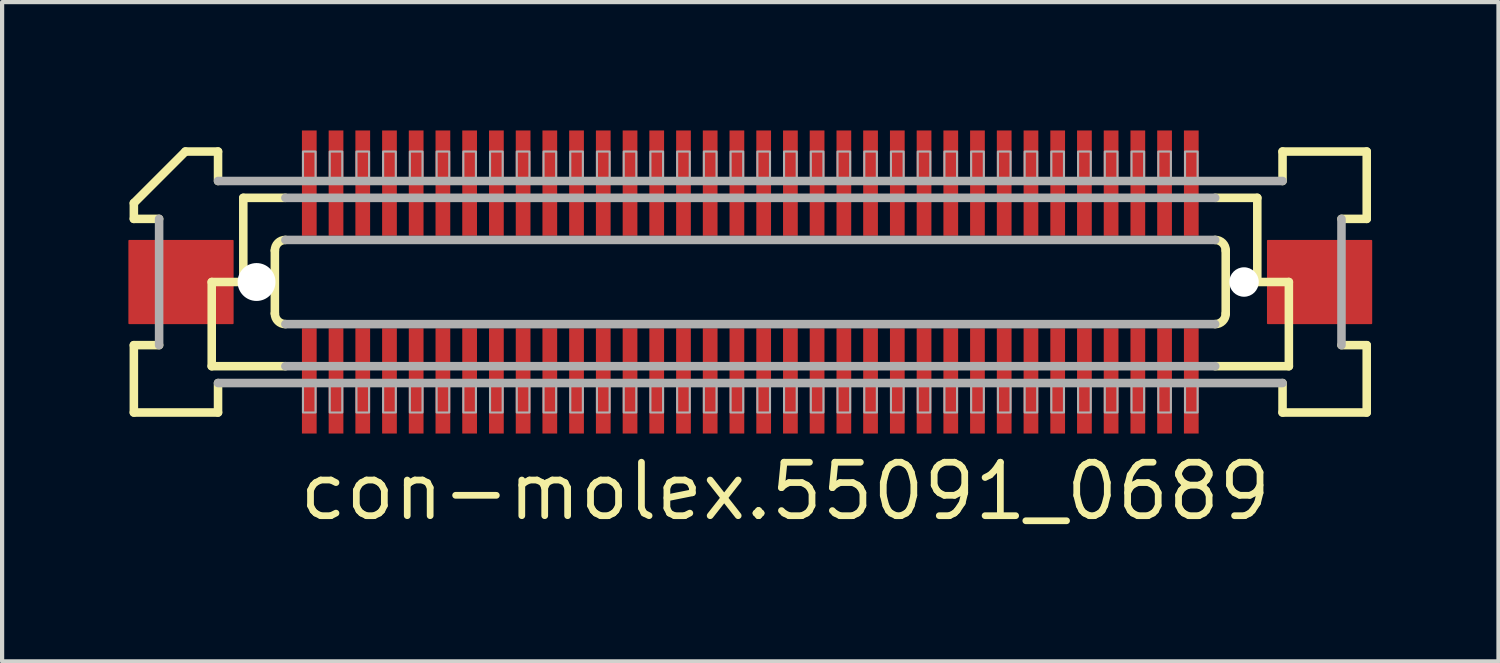
<source format=kicad_pcb>
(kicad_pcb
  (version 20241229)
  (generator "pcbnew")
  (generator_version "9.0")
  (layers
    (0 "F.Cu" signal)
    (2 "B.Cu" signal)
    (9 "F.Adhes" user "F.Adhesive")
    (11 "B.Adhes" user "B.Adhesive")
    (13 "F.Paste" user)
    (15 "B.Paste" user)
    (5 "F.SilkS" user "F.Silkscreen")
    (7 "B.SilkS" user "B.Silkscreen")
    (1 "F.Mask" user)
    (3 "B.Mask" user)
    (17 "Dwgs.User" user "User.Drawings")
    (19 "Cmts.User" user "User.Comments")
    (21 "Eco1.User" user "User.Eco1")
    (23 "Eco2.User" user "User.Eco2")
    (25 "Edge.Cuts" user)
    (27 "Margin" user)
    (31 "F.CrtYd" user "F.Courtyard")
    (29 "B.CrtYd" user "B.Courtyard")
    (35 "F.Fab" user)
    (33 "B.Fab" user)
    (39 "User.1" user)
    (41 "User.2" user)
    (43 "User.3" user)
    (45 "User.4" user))
  (footprint "con-molex.55091_0689"
    (layer "F.Cu")
    (at 14.775 3.65)
    (property "Reference" "con-molex.55091_0689" (at -10.795 5.715 0) (layer "F.SilkS") (effects (font (size 1.27 1.27) (thickness 0.16)) (justify left bottom)))
    (attr smd)
    (fp_rect (start -10.678 -1.075) (end -10.277 -3.625) (stroke (width 0.05) (type default)) (fill yes) (layer "F.Mask"))
    (fp_rect (start -10.678 3.625) (end -10.277 1.075) (stroke (width 0.05) (type default)) (fill yes) (layer "F.Mask"))
    (fp_rect (start -10.043 -1.075) (end -9.643 -3.625) (stroke (width 0.05) (type default)) (fill yes) (layer "F.Mask"))
    (fp_rect (start -10.043 3.625) (end -9.643 1.075) (stroke (width 0.05) (type default)) (fill yes) (layer "F.Mask"))
    (fp_rect (start -9.408 -1.075) (end -9.008 -3.625) (stroke (width 0.05) (type default)) (fill yes) (layer "F.Mask"))
    (fp_rect (start -9.408 3.625) (end -9.008 1.075) (stroke (width 0.05) (type default)) (fill yes) (layer "F.Mask"))
    (fp_rect (start -8.773 -1.075) (end -8.373 -3.625) (stroke (width 0.05) (type default)) (fill yes) (layer "F.Mask"))
    (fp_rect (start -8.773 3.625) (end -8.373 1.075) (stroke (width 0.05) (type default)) (fill yes) (layer "F.Mask"))
    (fp_rect (start -8.137 -1.075) (end -7.737 -3.625) (stroke (width 0.05) (type default)) (fill yes) (layer "F.Mask"))
    (fp_rect (start -8.137 3.625) (end -7.737 1.075) (stroke (width 0.05) (type default)) (fill yes) (layer "F.Mask"))
    (fp_rect (start -7.503 -1.075) (end -7.103 -3.625) (stroke (width 0.05) (type default)) (fill yes) (layer "F.Mask"))
    (fp_rect (start -7.503 3.625) (end -7.103 1.075) (stroke (width 0.05) (type default)) (fill yes) (layer "F.Mask"))
    (fp_rect (start -6.867 -1.075) (end -6.468 -3.625) (stroke (width 0.05) (type default)) (fill yes) (layer "F.Mask"))
    (fp_rect (start -6.867 3.625) (end -6.468 1.075) (stroke (width 0.05) (type default)) (fill yes) (layer "F.Mask"))
    (fp_rect (start -6.232 -1.075) (end -5.832 -3.625) (stroke (width 0.05) (type default)) (fill yes) (layer "F.Mask"))
    (fp_rect (start -6.232 3.625) (end -5.832 1.075) (stroke (width 0.05) (type default)) (fill yes) (layer "F.Mask"))
    (fp_rect (start -5.598 -1.075) (end -5.197 -3.625) (stroke (width 0.05) (type default)) (fill yes) (layer "F.Mask"))
    (fp_rect (start -5.598 3.625) (end -5.197 1.075) (stroke (width 0.05) (type default)) (fill yes) (layer "F.Mask"))
    (fp_rect (start -4.963 -1.075) (end -4.562 -3.625) (stroke (width 0.05) (type default)) (fill yes) (layer "F.Mask"))
    (fp_rect (start -4.963 3.625) (end -4.562 1.075) (stroke (width 0.05) (type default)) (fill yes) (layer "F.Mask"))
    (fp_rect (start -4.327 -1.075) (end -3.928 -3.625) (stroke (width 0.05) (type default)) (fill yes) (layer "F.Mask"))
    (fp_rect (start -4.327 3.625) (end -3.928 1.075) (stroke (width 0.05) (type default)) (fill yes) (layer "F.Mask"))
    (fp_rect (start -3.692 -1.075) (end -3.292 -3.625) (stroke (width 0.05) (type default)) (fill yes) (layer "F.Mask"))
    (fp_rect (start -3.692 3.625) (end -3.292 1.075) (stroke (width 0.05) (type default)) (fill yes) (layer "F.Mask"))
    (fp_rect (start -3.058 -1.075) (end -2.658 -3.625) (stroke (width 0.05) (type default)) (fill yes) (layer "F.Mask"))
    (fp_rect (start -3.058 3.625) (end -2.658 1.075) (stroke (width 0.05) (type default)) (fill yes) (layer "F.Mask"))
    (fp_rect (start -2.422 -1.075) (end -2.022 -3.625) (stroke (width 0.05) (type default)) (fill yes) (layer "F.Mask"))
    (fp_rect (start -2.422 3.625) (end -2.022 1.075) (stroke (width 0.05) (type default)) (fill yes) (layer "F.Mask"))
    (fp_rect (start -1.788 -1.075) (end -1.387 -3.625) (stroke (width 0.05) (type default)) (fill yes) (layer "F.Mask"))
    (fp_rect (start -1.788 3.625) (end -1.387 1.075) (stroke (width 0.05) (type default)) (fill yes) (layer "F.Mask"))
    (fp_rect (start -1.153 -1.075) (end -0.752 -3.625) (stroke (width 0.05) (type default)) (fill yes) (layer "F.Mask"))
    (fp_rect (start -1.153 3.625) (end -0.752 1.075) (stroke (width 0.05) (type default)) (fill yes) (layer "F.Mask"))
    (fp_rect (start -0.517 -1.075) (end -0.117 -3.625) (stroke (width 0.05) (type default)) (fill yes) (layer "F.Mask"))
    (fp_rect (start -0.517 3.625) (end -0.117 1.075) (stroke (width 0.05) (type default)) (fill yes) (layer "F.Mask"))
    (fp_rect (start 0.117 -1.075) (end 0.517 -3.625) (stroke (width 0.05) (type default)) (fill yes) (layer "F.Mask"))
    (fp_rect (start 0.117 3.625) (end 0.517 1.075) (stroke (width 0.05) (type default)) (fill yes) (layer "F.Mask"))
    (fp_rect (start 0.752 -1.075) (end 1.153 -3.625) (stroke (width 0.05) (type default)) (fill yes) (layer "F.Mask"))
    (fp_rect (start 0.752 3.625) (end 1.153 1.075) (stroke (width 0.05) (type default)) (fill yes) (layer "F.Mask"))
    (fp_rect (start 1.387 -1.075) (end 1.788 -3.625) (stroke (width 0.05) (type default)) (fill yes) (layer "F.Mask"))
    (fp_rect (start 1.387 3.625) (end 1.788 1.075) (stroke (width 0.05) (type default)) (fill yes) (layer "F.Mask"))
    (fp_rect (start 2.022 -1.075) (end 2.422 -3.625) (stroke (width 0.05) (type default)) (fill yes) (layer "F.Mask"))
    (fp_rect (start 2.022 3.625) (end 2.422 1.075) (stroke (width 0.05) (type default)) (fill yes) (layer "F.Mask"))
    (fp_rect (start 2.658 -1.075) (end 3.058 -3.625) (stroke (width 0.05) (type default)) (fill yes) (layer "F.Mask"))
    (fp_rect (start 2.658 3.625) (end 3.058 1.075) (stroke (width 0.05) (type default)) (fill yes) (layer "F.Mask"))
    (fp_rect (start 3.292 -1.075) (end 3.692 -3.625) (stroke (width 0.05) (type default)) (fill yes) (layer "F.Mask"))
    (fp_rect (start 3.292 3.625) (end 3.692 1.075) (stroke (width 0.05) (type default)) (fill yes) (layer "F.Mask"))
    (fp_rect (start 3.928 -1.075) (end 4.327 -3.625) (stroke (width 0.05) (type default)) (fill yes) (layer "F.Mask"))
    (fp_rect (start 3.928 3.625) (end 4.327 1.075) (stroke (width 0.05) (type default)) (fill yes) (layer "F.Mask"))
    (fp_rect (start 4.562 -1.075) (end 4.963 -3.625) (stroke (width 0.05) (type default)) (fill yes) (layer "F.Mask"))
    (fp_rect (start 4.562 3.625) (end 4.963 1.075) (stroke (width 0.05) (type default)) (fill yes) (layer "F.Mask"))
    (fp_rect (start 5.197 -1.075) (end 5.598 -3.625) (stroke (width 0.05) (type default)) (fill yes) (layer "F.Mask"))
    (fp_rect (start 5.197 3.625) (end 5.598 1.075) (stroke (width 0.05) (type default)) (fill yes) (layer "F.Mask"))
    (fp_rect (start 5.832 -1.075) (end 6.232 -3.625) (stroke (width 0.05) (type default)) (fill yes) (layer "F.Mask"))
    (fp_rect (start 5.832 3.625) (end 6.232 1.075) (stroke (width 0.05) (type default)) (fill yes) (layer "F.Mask"))
    (fp_rect (start 6.468 -1.075) (end 6.867 -3.625) (stroke (width 0.05) (type default)) (fill yes) (layer "F.Mask"))
    (fp_rect (start 6.468 3.625) (end 6.867 1.075) (stroke (width 0.05) (type default)) (fill yes) (layer "F.Mask"))
    (fp_rect (start 7.103 -1.075) (end 7.503 -3.625) (stroke (width 0.05) (type default)) (fill yes) (layer "F.Mask"))
    (fp_rect (start 7.103 3.625) (end 7.503 1.075) (stroke (width 0.05) (type default)) (fill yes) (layer "F.Mask"))
    (fp_rect (start 7.737 -1.075) (end 8.137 -3.625) (stroke (width 0.05) (type default)) (fill yes) (layer "F.Mask"))
    (fp_rect (start 7.737 3.625) (end 8.137 1.075) (stroke (width 0.05) (type default)) (fill yes) (layer "F.Mask"))
    (fp_rect (start 8.373 -1.075) (end 8.773 -3.625) (stroke (width 0.05) (type default)) (fill yes) (layer "F.Mask"))
    (fp_rect (start 8.373 3.625) (end 8.773 1.075) (stroke (width 0.05) (type default)) (fill yes) (layer "F.Mask"))
    (fp_rect (start 9.008 -1.075) (end 9.408 -3.625) (stroke (width 0.05) (type default)) (fill yes) (layer "F.Mask"))
    (fp_rect (start 9.008 3.625) (end 9.408 1.075) (stroke (width 0.05) (type default)) (fill yes) (layer "F.Mask"))
    (fp_rect (start 9.643 -1.075) (end 10.043 -3.625) (stroke (width 0.05) (type default)) (fill yes) (layer "F.Mask"))
    (fp_rect (start 9.643 3.625) (end 10.043 1.075) (stroke (width 0.05) (type default)) (fill yes) (layer "F.Mask"))
    (fp_rect (start 10.277 -1.075) (end 10.678 -3.625) (stroke (width 0.05) (type default)) (fill yes) (layer "F.Mask"))
    (fp_rect (start 10.277 3.625) (end 10.678 1.075) (stroke (width 0.05) (type default)) (fill yes) (layer "F.Mask"))
    (fp_line (start -14.645 -1.5) (end -14.645 -1.875) (stroke (width 0.203) (type default)) (layer "F.SilkS"))
    (fp_line (start -14.645 1.5) (end -14.045 1.5) (stroke (width 0.203) (type default)) (layer "F.SilkS"))
    (fp_line (start -14.645 3.1) (end -14.645 1.5) (stroke (width 0.203) (type default)) (layer "F.SilkS"))
    (fp_line (start -14.045 -1.5) (end -14.645 -1.5) (stroke (width 0.203) (type default)) (layer "F.SilkS"))
    (fp_line (start -13.42 -3.1) (end -14.645 -1.875) (stroke (width 0.203) (type default)) (layer "F.SilkS"))
    (fp_line (start -13.42 -3.1) (end -12.645 -3.1) (stroke (width 0.203) (type default)) (layer "F.SilkS"))
    (fp_line (start -12.795 0) (end -12.795 2) (stroke (width 0.203) (type default)) (layer "F.SilkS"))
    (fp_line (start -12.795 2) (end -11.045 2) (stroke (width 0.203) (type default)) (layer "F.SilkS"))
    (fp_line (start -12.645 -3.1) (end -12.645 -2.4) (stroke (width 0.203) (type default)) (layer "F.SilkS"))
    (fp_line (start -12.645 2.4) (end -12.645 3.1) (stroke (width 0.203) (type default)) (layer "F.SilkS"))
    (fp_line (start -12.645 3.1) (end -14.645 3.1) (stroke (width 0.203) (type default)) (layer "F.SilkS"))
    (fp_line (start -12.045 -2) (end -12.045 0) (stroke (width 0.203) (type default)) (layer "F.SilkS"))
    (fp_line (start -12.045 0) (end -12.795 0) (stroke (width 0.203) (type default)) (layer "F.SilkS"))
    (fp_line (start -11.295 0.75) (end -11.295 -0.75) (stroke (width 0.203) (type default)) (layer "F.SilkS"))
    (fp_line (start -11.045 -2) (end -12.045 -2) (stroke (width 0.203) (type default)) (layer "F.SilkS"))
    (fp_line (start 11.045 2) (end 12.795 2) (stroke (width 0.203) (type default)) (layer "F.SilkS"))
    (fp_line (start 11.295 -0.75) (end 11.295 0.75) (stroke (width 0.203) (type default)) (layer "F.SilkS"))
    (fp_line (start 12.045 -2) (end 11.045 -2) (stroke (width 0.203) (type default)) (layer "F.SilkS"))
    (fp_line (start 12.045 -2) (end 12.045 0) (stroke (width 0.203) (type default)) (layer "F.SilkS"))
    (fp_line (start 12.645 -3.1) (end 14.645 -3.1) (stroke (width 0.203) (type default)) (layer "F.SilkS"))
    (fp_line (start 12.645 -2.4) (end 12.645 -3.1) (stroke (width 0.203) (type default)) (layer "F.SilkS"))
    (fp_line (start 12.645 3.1) (end 12.645 2.4) (stroke (width 0.203) (type default)) (layer "F.SilkS"))
    (fp_line (start 12.795 0) (end 12.045 0) (stroke (width 0.203) (type default)) (layer "F.SilkS"))
    (fp_line (start 12.795 0) (end 12.795 2) (stroke (width 0.203) (type default)) (layer "F.SilkS"))
    (fp_line (start 14.045 1.5) (end 14.645 1.5) (stroke (width 0.203) (type default)) (layer "F.SilkS"))
    (fp_line (start 14.645 -3.1) (end 14.645 -1.5) (stroke (width 0.203) (type default)) (layer "F.SilkS"))
    (fp_line (start 14.645 -1.5) (end 14.045 -1.5) (stroke (width 0.203) (type default)) (layer "F.SilkS"))
    (fp_line (start 14.645 1.5) (end 14.645 3.1) (stroke (width 0.203) (type default)) (layer "F.SilkS"))
    (fp_line (start 14.645 3.1) (end 12.645 3.1) (stroke (width 0.203) (type default)) (layer "F.SilkS"))
    (fp_arc (start -11.295 -0.75) (mid -11.221777 -0.926777) (end -11.045 -1) (stroke (width 0.2032) (type default)) (layer "F.SilkS"))
    (fp_arc (start -11.045 1) (mid -11.221777 0.926777) (end -11.295 0.75) (stroke (width 0.2032) (type default)) (layer "F.SilkS"))
    (fp_arc (start 11.045 -1) (mid 11.221777 -0.926777) (end 11.295 -0.75) (stroke (width 0.2032) (type default)) (layer "F.SilkS"))
    (fp_arc (start 11.295 0.75) (mid 11.221777 0.926777) (end 11.045 1) (stroke (width 0.2032) (type default)) (layer "F.SilkS"))
    (fp_line (start -14.045 1.5) (end -14.045 -1.5) (stroke (width 0.203) (type default)) (layer "F.Fab"))
    (fp_line (start -12.645 -2.4) (end 12.645 -2.4) (stroke (width 0.203) (type default)) (layer "F.Fab"))
    (fp_line (start -11.045 -1) (end 11.045 -1) (stroke (width 0.203) (type default)) (layer "F.Fab"))
    (fp_line (start -11.045 2) (end 11.045 2) (stroke (width 0.203) (type default)) (layer "F.Fab"))
    (fp_line (start 11.045 -2) (end -11.045 -2) (stroke (width 0.203) (type default)) (layer "F.Fab"))
    (fp_line (start 11.045 1) (end -11.045 1) (stroke (width 0.203) (type default)) (layer "F.Fab"))
    (fp_line (start 12.645 2.4) (end -12.645 2.4) (stroke (width 0.203) (type default)) (layer "F.Fab"))
    (fp_line (start 14.045 -1.5) (end 14.045 1.5) (stroke (width 0.203) (type default)) (layer "F.Fab"))
    (fp_rect (start -10.627 -2.375) (end -10.328 -3.1) (stroke (width 0.05) (type default)) (fill no) (layer "F.Fab"))
    (fp_rect (start -10.627 3.1) (end -10.328 2.375) (stroke (width 0.05) (type default)) (fill no) (layer "F.Fab"))
    (fp_rect (start -9.992 -2.375) (end -9.693 -3.1) (stroke (width 0.05) (type default)) (fill no) (layer "F.Fab"))
    (fp_rect (start -9.992 3.1) (end -9.693 2.375) (stroke (width 0.05) (type default)) (fill no) (layer "F.Fab"))
    (fp_rect (start -9.357 -2.375) (end -9.057 -3.1) (stroke (width 0.05) (type default)) (fill no) (layer "F.Fab"))
    (fp_rect (start -9.357 3.1) (end -9.057 2.375) (stroke (width 0.05) (type default)) (fill no) (layer "F.Fab"))
    (fp_rect (start -8.723 -2.375) (end -8.422 -3.1) (stroke (width 0.05) (type default)) (fill no) (layer "F.Fab"))
    (fp_rect (start -8.723 3.1) (end -8.422 2.375) (stroke (width 0.05) (type default)) (fill no) (layer "F.Fab"))
    (fp_rect (start -8.088 -2.375) (end -7.787 -3.1) (stroke (width 0.05) (type default)) (fill no) (layer "F.Fab"))
    (fp_rect (start -8.088 3.1) (end -7.787 2.375) (stroke (width 0.05) (type default)) (fill no) (layer "F.Fab"))
    (fp_rect (start -7.452 -2.375) (end -7.152 -3.1) (stroke (width 0.05) (type default)) (fill no) (layer "F.Fab"))
    (fp_rect (start -7.452 3.1) (end -7.152 2.375) (stroke (width 0.05) (type default)) (fill no) (layer "F.Fab"))
    (fp_rect (start -6.817 -2.375) (end -6.518 -3.1) (stroke (width 0.05) (type default)) (fill no) (layer "F.Fab"))
    (fp_rect (start -6.817 3.1) (end -6.518 2.375) (stroke (width 0.05) (type default)) (fill no) (layer "F.Fab"))
    (fp_rect (start -6.183 -2.375) (end -5.883 -3.1) (stroke (width 0.05) (type default)) (fill no) (layer "F.Fab"))
    (fp_rect (start -6.183 3.1) (end -5.883 2.375) (stroke (width 0.05) (type default)) (fill no) (layer "F.Fab"))
    (fp_rect (start -5.548 -2.375) (end -5.247 -3.1) (stroke (width 0.05) (type default)) (fill no) (layer "F.Fab"))
    (fp_rect (start -5.548 3.1) (end -5.247 2.375) (stroke (width 0.05) (type default)) (fill no) (layer "F.Fab"))
    (fp_rect (start -4.912 -2.375) (end -4.612 -3.1) (stroke (width 0.05) (type default)) (fill no) (layer "F.Fab"))
    (fp_rect (start -4.912 3.1) (end -4.612 2.375) (stroke (width 0.05) (type default)) (fill no) (layer "F.Fab"))
    (fp_rect (start -4.277 -2.375) (end -3.978 -3.1) (stroke (width 0.05) (type default)) (fill no) (layer "F.Fab"))
    (fp_rect (start -4.277 3.1) (end -3.978 2.375) (stroke (width 0.05) (type default)) (fill no) (layer "F.Fab"))
    (fp_rect (start -3.643 -2.375) (end -3.342 -3.1) (stroke (width 0.05) (type default)) (fill no) (layer "F.Fab"))
    (fp_rect (start -3.643 3.1) (end -3.342 2.375) (stroke (width 0.05) (type default)) (fill no) (layer "F.Fab"))
    (fp_rect (start -3.007 -2.375) (end -2.708 -3.1) (stroke (width 0.05) (type default)) (fill no) (layer "F.Fab"))
    (fp_rect (start -3.007 3.1) (end -2.708 2.375) (stroke (width 0.05) (type default)) (fill no) (layer "F.Fab"))
    (fp_rect (start -2.373 -2.375) (end -2.072 -3.1) (stroke (width 0.05) (type default)) (fill no) (layer "F.Fab"))
    (fp_rect (start -2.373 3.1) (end -2.072 2.375) (stroke (width 0.05) (type default)) (fill no) (layer "F.Fab"))
    (fp_rect (start -1.738 -2.375) (end -1.438 -3.1) (stroke (width 0.05) (type default)) (fill no) (layer "F.Fab"))
    (fp_rect (start -1.738 3.1) (end -1.438 2.375) (stroke (width 0.05) (type default)) (fill no) (layer "F.Fab"))
    (fp_rect (start -1.103 -2.375) (end -0.802 -3.1) (stroke (width 0.05) (type default)) (fill no) (layer "F.Fab"))
    (fp_rect (start -1.103 3.1) (end -0.802 2.375) (stroke (width 0.05) (type default)) (fill no) (layer "F.Fab"))
    (fp_rect (start -0.468 -2.375) (end -0.168 -3.1) (stroke (width 0.05) (type default)) (fill no) (layer "F.Fab"))
    (fp_rect (start -0.468 3.1) (end -0.168 2.375) (stroke (width 0.05) (type default)) (fill no) (layer "F.Fab"))
    (fp_rect (start 0.168 -2.375) (end 0.468 -3.1) (stroke (width 0.05) (type default)) (fill no) (layer "F.Fab"))
    (fp_rect (start 0.168 3.1) (end 0.468 2.375) (stroke (width 0.05) (type default)) (fill no) (layer "F.Fab"))
    (fp_rect (start 0.802 -2.375) (end 1.103 -3.1) (stroke (width 0.05) (type default)) (fill no) (layer "F.Fab"))
    (fp_rect (start 0.802 3.1) (end 1.103 2.375) (stroke (width 0.05) (type default)) (fill no) (layer "F.Fab"))
    (fp_rect (start 1.438 -2.375) (end 1.738 -3.1) (stroke (width 0.05) (type default)) (fill no) (layer "F.Fab"))
    (fp_rect (start 1.438 3.1) (end 1.738 2.375) (stroke (width 0.05) (type default)) (fill no) (layer "F.Fab"))
    (fp_rect (start 2.072 -2.375) (end 2.373 -3.1) (stroke (width 0.05) (type default)) (fill no) (layer "F.Fab"))
    (fp_rect (start 2.072 3.1) (end 2.373 2.375) (stroke (width 0.05) (type default)) (fill no) (layer "F.Fab"))
    (fp_rect (start 2.708 -2.375) (end 3.007 -3.1) (stroke (width 0.05) (type default)) (fill no) (layer "F.Fab"))
    (fp_rect (start 2.708 3.1) (end 3.007 2.375) (stroke (width 0.05) (type default)) (fill no) (layer "F.Fab"))
    (fp_rect (start 3.342 -2.375) (end 3.643 -3.1) (stroke (width 0.05) (type default)) (fill no) (layer "F.Fab"))
    (fp_rect (start 3.342 3.1) (end 3.643 2.375) (stroke (width 0.05) (type default)) (fill no) (layer "F.Fab"))
    (fp_rect (start 3.978 -2.375) (end 4.277 -3.1) (stroke (width 0.05) (type default)) (fill no) (layer "F.Fab"))
    (fp_rect (start 3.978 3.1) (end 4.277 2.375) (stroke (width 0.05) (type default)) (fill no) (layer "F.Fab"))
    (fp_rect (start 4.612 -2.375) (end 4.912 -3.1) (stroke (width 0.05) (type default)) (fill no) (layer "F.Fab"))
    (fp_rect (start 4.612 3.1) (end 4.912 2.375) (stroke (width 0.05) (type default)) (fill no) (layer "F.Fab"))
    (fp_rect (start 5.247 -2.375) (end 5.548 -3.1) (stroke (width 0.05) (type default)) (fill no) (layer "F.Fab"))
    (fp_rect (start 5.247 3.1) (end 5.548 2.375) (stroke (width 0.05) (type default)) (fill no) (layer "F.Fab"))
    (fp_rect (start 5.883 -2.375) (end 6.183 -3.1) (stroke (width 0.05) (type default)) (fill no) (layer "F.Fab"))
    (fp_rect (start 5.883 3.1) (end 6.183 2.375) (stroke (width 0.05) (type default)) (fill no) (layer "F.Fab"))
    (fp_rect (start 6.518 -2.375) (end 6.817 -3.1) (stroke (width 0.05) (type default)) (fill no) (layer "F.Fab"))
    (fp_rect (start 6.518 3.1) (end 6.817 2.375) (stroke (width 0.05) (type default)) (fill no) (layer "F.Fab"))
    (fp_rect (start 7.152 -2.375) (end 7.452 -3.1) (stroke (width 0.05) (type default)) (fill no) (layer "F.Fab"))
    (fp_rect (start 7.152 3.1) (end 7.452 2.375) (stroke (width 0.05) (type default)) (fill no) (layer "F.Fab"))
    (fp_rect (start 7.787 -2.375) (end 8.088 -3.1) (stroke (width 0.05) (type default)) (fill no) (layer "F.Fab"))
    (fp_rect (start 7.787 3.1) (end 8.088 2.375) (stroke (width 0.05) (type default)) (fill no) (layer "F.Fab"))
    (fp_rect (start 8.422 -2.375) (end 8.723 -3.1) (stroke (width 0.05) (type default)) (fill no) (layer "F.Fab"))
    (fp_rect (start 8.422 3.1) (end 8.723 2.375) (stroke (width 0.05) (type default)) (fill no) (layer "F.Fab"))
    (fp_rect (start 9.057 -2.375) (end 9.357 -3.1) (stroke (width 0.05) (type default)) (fill no) (layer "F.Fab"))
    (fp_rect (start 9.057 3.1) (end 9.357 2.375) (stroke (width 0.05) (type default)) (fill no) (layer "F.Fab"))
    (fp_rect (start 9.693 -2.375) (end 9.992 -3.1) (stroke (width 0.05) (type default)) (fill no) (layer "F.Fab"))
    (fp_rect (start 9.693 3.1) (end 9.992 2.375) (stroke (width 0.05) (type default)) (fill no) (layer "F.Fab"))
    (fp_rect (start 10.328 -2.375) (end 10.627 -3.1) (stroke (width 0.05) (type default)) (fill no) (layer "F.Fab"))
    (fp_rect (start 10.328 3.1) (end 10.627 2.375) (stroke (width 0.05) (type default)) (fill no) (layer "F.Fab"))
    (pad "" np_thru_hole circle (at -11.73 0) (size 0.9 0.9) (drill 0.9) (layers "*.Cu" "*.Mask"))
    (pad "" np_thru_hole circle (at 11.73 0) (size 0.7 0.7) (drill 0.7) (layers "*.Cu" "*.Mask"))
    (pad "1" smd roundrect (at -10.477 -2.35) (size 0.35 2.5) (layers "F.Cu" "F.Mask" "F.Paste") (roundrect_rratio 0.01))
    (pad "2" smd roundrect (at -10.477 2.35 180) (size 0.35 2.5) (layers "F.Cu" "F.Mask" "F.Paste") (roundrect_rratio 0.01))
    (pad "3" smd roundrect (at -9.842 -2.35) (size 0.35 2.5) (layers "F.Cu" "F.Mask" "F.Paste") (roundrect_rratio 0.01))
    (pad "4" smd roundrect (at -9.842 2.35 180) (size 0.35 2.5) (layers "F.Cu" "F.Mask" "F.Paste") (roundrect_rratio 0.01))
    (pad "5" smd roundrect (at -9.207 -2.35) (size 0.35 2.5) (layers "F.Cu" "F.Mask" "F.Paste") (roundrect_rratio 0.01))
    (pad "6" smd roundrect (at -9.207 2.35 180) (size 0.35 2.5) (layers "F.Cu" "F.Mask" "F.Paste") (roundrect_rratio 0.01))
    (pad "7" smd roundrect (at -8.572 -2.35) (size 0.35 2.5) (layers "F.Cu" "F.Mask" "F.Paste") (roundrect_rratio 0.01))
    (pad "8" smd roundrect (at -8.572 2.35 180) (size 0.35 2.5) (layers "F.Cu" "F.Mask" "F.Paste") (roundrect_rratio 0.01))
    (pad "9" smd roundrect (at -7.938 -2.35) (size 0.35 2.5) (layers "F.Cu" "F.Mask" "F.Paste") (roundrect_rratio 0.01))
    (pad "10" smd roundrect (at -7.938 2.35 180) (size 0.35 2.5) (layers "F.Cu" "F.Mask" "F.Paste") (roundrect_rratio 0.01))
    (pad "11" smd roundrect (at -7.303 -2.35) (size 0.35 2.5) (layers "F.Cu" "F.Mask" "F.Paste") (roundrect_rratio 0.01))
    (pad "12" smd roundrect (at -7.303 2.35 180) (size 0.35 2.5) (layers "F.Cu" "F.Mask" "F.Paste") (roundrect_rratio 0.01))
    (pad "13" smd roundrect (at -6.668 -2.35) (size 0.35 2.5) (layers "F.Cu" "F.Mask" "F.Paste") (roundrect_rratio 0.01))
    (pad "14" smd roundrect (at -6.668 2.35 180) (size 0.35 2.5) (layers "F.Cu" "F.Mask" "F.Paste") (roundrect_rratio 0.01))
    (pad "15" smd roundrect (at -6.032 -2.35) (size 0.35 2.5) (layers "F.Cu" "F.Mask" "F.Paste") (roundrect_rratio 0.01))
    (pad "16" smd roundrect (at -6.032 2.35 180) (size 0.35 2.5) (layers "F.Cu" "F.Mask" "F.Paste") (roundrect_rratio 0.01))
    (pad "17" smd roundrect (at -5.397 -2.35) (size 0.35 2.5) (layers "F.Cu" "F.Mask" "F.Paste") (roundrect_rratio 0.01))
    (pad "18" smd roundrect (at -5.397 2.35 180) (size 0.35 2.5) (layers "F.Cu" "F.Mask" "F.Paste") (roundrect_rratio 0.01))
    (pad "19" smd roundrect (at -4.763 -2.35) (size 0.35 2.5) (layers "F.Cu" "F.Mask" "F.Paste") (roundrect_rratio 0.01))
    (pad "20" smd roundrect (at -4.763 2.35 180) (size 0.35 2.5) (layers "F.Cu" "F.Mask" "F.Paste") (roundrect_rratio 0.01))
    (pad "21" smd roundrect (at -4.128 -2.35) (size 0.35 2.5) (layers "F.Cu" "F.Mask" "F.Paste") (roundrect_rratio 0.01))
    (pad "22" smd roundrect (at -4.128 2.35 180) (size 0.35 2.5) (layers "F.Cu" "F.Mask" "F.Paste") (roundrect_rratio 0.01))
    (pad "23" smd roundrect (at -3.493 -2.35) (size 0.35 2.5) (layers "F.Cu" "F.Mask" "F.Paste") (roundrect_rratio 0.01))
    (pad "24" smd roundrect (at -3.493 2.35 180) (size 0.35 2.5) (layers "F.Cu" "F.Mask" "F.Paste") (roundrect_rratio 0.01))
    (pad "25" smd roundrect (at -2.857 -2.35) (size 0.35 2.5) (layers "F.Cu" "F.Mask" "F.Paste") (roundrect_rratio 0.01))
    (pad "26" smd roundrect (at -2.857 2.35 180) (size 0.35 2.5) (layers "F.Cu" "F.Mask" "F.Paste") (roundrect_rratio 0.01))
    (pad "27" smd roundrect (at -2.223 -2.35) (size 0.35 2.5) (layers "F.Cu" "F.Mask" "F.Paste") (roundrect_rratio 0.01))
    (pad "28" smd roundrect (at -2.223 2.35 180) (size 0.35 2.5) (layers "F.Cu" "F.Mask" "F.Paste") (roundrect_rratio 0.01))
    (pad "29" smd roundrect (at -1.587 -2.35) (size 0.35 2.5) (layers "F.Cu" "F.Mask" "F.Paste") (roundrect_rratio 0.01))
    (pad "30" smd roundrect (at -1.587 2.35 180) (size 0.35 2.5) (layers "F.Cu" "F.Mask" "F.Paste") (roundrect_rratio 0.01))
    (pad "31" smd roundrect (at -0.953 -2.35) (size 0.35 2.5) (layers "F.Cu" "F.Mask" "F.Paste") (roundrect_rratio 0.01))
    (pad "32" smd roundrect (at -0.953 2.35 180) (size 0.35 2.5) (layers "F.Cu" "F.Mask" "F.Paste") (roundrect_rratio 0.01))
    (pad "33" smd roundrect (at -0.318 -2.35) (size 0.35 2.5) (layers "F.Cu" "F.Mask" "F.Paste") (roundrect_rratio 0.01))
    (pad "34" smd roundrect (at -0.318 2.35 180) (size 0.35 2.5) (layers "F.Cu" "F.Mask" "F.Paste") (roundrect_rratio 0.01))
    (pad "35" smd roundrect (at 0.318 -2.35) (size 0.35 2.5) (layers "F.Cu" "F.Mask" "F.Paste") (roundrect_rratio 0.01))
    (pad "36" smd roundrect (at 0.318 2.35 180) (size 0.35 2.5) (layers "F.Cu" "F.Mask" "F.Paste") (roundrect_rratio 0.01))
    (pad "37" smd roundrect (at 0.953 -2.35) (size 0.35 2.5) (layers "F.Cu" "F.Mask" "F.Paste") (roundrect_rratio 0.01))
    (pad "38" smd roundrect (at 0.953 2.35 180) (size 0.35 2.5) (layers "F.Cu" "F.Mask" "F.Paste") (roundrect_rratio 0.01))
    (pad "39" smd roundrect (at 1.587 -2.35) (size 0.35 2.5) (layers "F.Cu" "F.Mask" "F.Paste") (roundrect_rratio 0.01))
    (pad "40" smd roundrect (at 1.587 2.35 180) (size 0.35 2.5) (layers "F.Cu" "F.Mask" "F.Paste") (roundrect_rratio 0.01))
    (pad "41" smd roundrect (at 2.223 -2.35) (size 0.35 2.5) (layers "F.Cu" "F.Mask" "F.Paste") (roundrect_rratio 0.01))
    (pad "42" smd roundrect (at 2.223 2.35 180) (size 0.35 2.5) (layers "F.Cu" "F.Mask" "F.Paste") (roundrect_rratio 0.01))
    (pad "43" smd roundrect (at 2.857 -2.35) (size 0.35 2.5) (layers "F.Cu" "F.Mask" "F.Paste") (roundrect_rratio 0.01))
    (pad "44" smd roundrect (at 2.857 2.35 180) (size 0.35 2.5) (layers "F.Cu" "F.Mask" "F.Paste") (roundrect_rratio 0.01))
    (pad "45" smd roundrect (at 3.493 -2.35) (size 0.35 2.5) (layers "F.Cu" "F.Mask" "F.Paste") (roundrect_rratio 0.01))
    (pad "46" smd roundrect (at 3.493 2.35 180) (size 0.35 2.5) (layers "F.Cu" "F.Mask" "F.Paste") (roundrect_rratio 0.01))
    (pad "47" smd roundrect (at 4.128 -2.35) (size 0.35 2.5) (layers "F.Cu" "F.Mask" "F.Paste") (roundrect_rratio 0.01))
    (pad "48" smd roundrect (at 4.128 2.35 180) (size 0.35 2.5) (layers "F.Cu" "F.Mask" "F.Paste") (roundrect_rratio 0.01))
    (pad "49" smd roundrect (at 4.763 -2.35) (size 0.35 2.5) (layers "F.Cu" "F.Mask" "F.Paste") (roundrect_rratio 0.01))
    (pad "50" smd roundrect (at 4.763 2.35 180) (size 0.35 2.5) (layers "F.Cu" "F.Mask" "F.Paste") (roundrect_rratio 0.01))
    (pad "51" smd roundrect (at 5.397 -2.35) (size 0.35 2.5) (layers "F.Cu" "F.Mask" "F.Paste") (roundrect_rratio 0.01))
    (pad "52" smd roundrect (at 5.397 2.35 180) (size 0.35 2.5) (layers "F.Cu" "F.Mask" "F.Paste") (roundrect_rratio 0.01))
    (pad "53" smd roundrect (at 6.032 -2.35) (size 0.35 2.5) (layers "F.Cu" "F.Mask" "F.Paste") (roundrect_rratio 0.01))
    (pad "54" smd roundrect (at 6.032 2.35 180) (size 0.35 2.5) (layers "F.Cu" "F.Mask" "F.Paste") (roundrect_rratio 0.01))
    (pad "55" smd roundrect (at 6.668 -2.35) (size 0.35 2.5) (layers "F.Cu" "F.Mask" "F.Paste") (roundrect_rratio 0.01))
    (pad "56" smd roundrect (at 6.668 2.35 180) (size 0.35 2.5) (layers "F.Cu" "F.Mask" "F.Paste") (roundrect_rratio 0.01))
    (pad "57" smd roundrect (at 7.303 -2.35) (size 0.35 2.5) (layers "F.Cu" "F.Mask" "F.Paste") (roundrect_rratio 0.01))
    (pad "58" smd roundrect (at 7.303 2.35 180) (size 0.35 2.5) (layers "F.Cu" "F.Mask" "F.Paste") (roundrect_rratio 0.01))
    (pad "59" smd roundrect (at 7.938 -2.35) (size 0.35 2.5) (layers "F.Cu" "F.Mask" "F.Paste") (roundrect_rratio 0.01))
    (pad "60" smd roundrect (at 7.938 2.35 180) (size 0.35 2.5) (layers "F.Cu" "F.Mask" "F.Paste") (roundrect_rratio 0.01))
    (pad "61" smd roundrect (at 8.572 -2.35) (size 0.35 2.5) (layers "F.Cu" "F.Mask" "F.Paste") (roundrect_rratio 0.01))
    (pad "62" smd roundrect (at 8.572 2.35 180) (size 0.35 2.5) (layers "F.Cu" "F.Mask" "F.Paste") (roundrect_rratio 0.01))
    (pad "63" smd roundrect (at 9.207 -2.35) (size 0.35 2.5) (layers "F.Cu" "F.Mask" "F.Paste") (roundrect_rratio 0.01))
    (pad "64" smd roundrect (at 9.207 2.35 180) (size 0.35 2.5) (layers "F.Cu" "F.Mask" "F.Paste") (roundrect_rratio 0.01))
    (pad "65" smd roundrect (at 9.842 -2.35) (size 0.35 2.5) (layers "F.Cu" "F.Mask" "F.Paste") (roundrect_rratio 0.01))
    (pad "66" smd roundrect (at 9.842 2.35 180) (size 0.35 2.5) (layers "F.Cu" "F.Mask" "F.Paste") (roundrect_rratio 0.01))
    (pad "67" smd roundrect (at 10.477 -2.35) (size 0.35 2.5) (layers "F.Cu" "F.Mask" "F.Paste") (roundrect_rratio 0.01))
    (pad "68" smd roundrect (at 10.477 2.35 180) (size 0.35 2.5) (layers "F.Cu" "F.Mask" "F.Paste") (roundrect_rratio 0.01))
    (pad "M1" smd roundrect (at -13.525 0) (size 2.5 2) (layers "F.Cu" "F.Mask" "F.Paste") (roundrect_rratio 0.01))
    (pad "M2" smd roundrect (at 13.525 0 180) (size 2.5 2) (layers "F.Cu" "F.Mask" "F.Paste") (roundrect_rratio 0.01)))
  (gr_rect
    (start -3 -3)
    (end 32.55 12.662)
    (stroke (width 0.1) (type default))
    (fill no)
    (layer "Edge.Cuts")))
</source>
